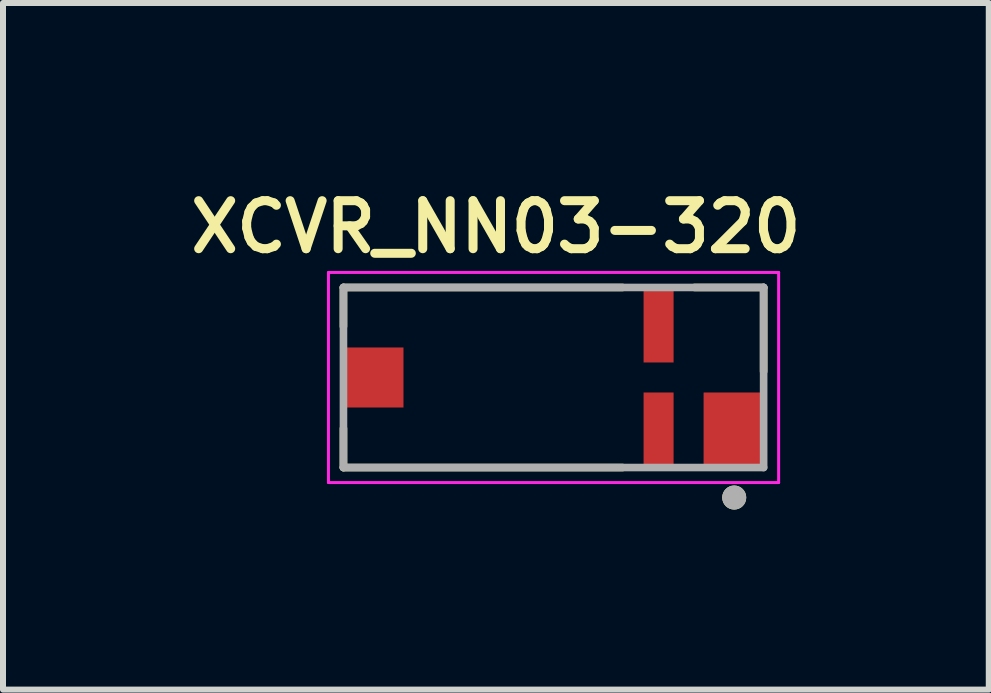
<source format=kicad_pcb>
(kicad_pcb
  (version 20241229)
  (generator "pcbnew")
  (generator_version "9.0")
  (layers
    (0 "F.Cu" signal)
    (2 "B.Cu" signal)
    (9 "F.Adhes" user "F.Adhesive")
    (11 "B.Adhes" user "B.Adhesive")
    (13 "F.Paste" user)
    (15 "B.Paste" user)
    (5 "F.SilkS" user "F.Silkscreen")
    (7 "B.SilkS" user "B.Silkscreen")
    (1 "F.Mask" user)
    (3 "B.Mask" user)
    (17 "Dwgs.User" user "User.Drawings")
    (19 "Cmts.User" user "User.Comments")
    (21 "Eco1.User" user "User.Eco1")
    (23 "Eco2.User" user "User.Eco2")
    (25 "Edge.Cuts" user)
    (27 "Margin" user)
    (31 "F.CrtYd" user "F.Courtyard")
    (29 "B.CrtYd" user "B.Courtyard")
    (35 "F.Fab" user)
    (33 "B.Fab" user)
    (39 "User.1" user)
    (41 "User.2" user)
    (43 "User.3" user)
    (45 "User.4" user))
  (footprint "XCVR_NN03-320"
    (layer "F.Cu")
    (at 6.172 3.239)
    (property "Reference" "XCVR_NN03-320" (at -0.96 -2.508 0) (layer "F.SilkS") (effects (font (size 0.8 0.8) (thickness 0.15))))
    (attr smd)
    (fp_line (start -3.5 -1.5) (end 1.15 -1.5) (stroke (width 0.127) (type solid)) (layer "F.SilkS"))
    (fp_line (start -3.5 -0.85) (end -3.5 -1.5) (stroke (width 0.127) (type solid)) (layer "F.SilkS"))
    (fp_line (start -3.5 1.5) (end -3.5 0.85) (stroke (width 0.127) (type solid)) (layer "F.SilkS"))
    (fp_line (start 1.15 1.5) (end -3.5 1.5) (stroke (width 0.127) (type solid)) (layer "F.SilkS"))
    (fp_line (start 2.35 -1.5) (end 3.5 -1.5) (stroke (width 0.127) (type solid)) (layer "F.SilkS"))
    (fp_line (start 3.5 -1.5) (end 3.5 -0.1) (stroke (width 0.127) (type solid)) (layer "F.SilkS"))
    (fp_circle (center 3.01 2) (end 3.11 2) (stroke (width 0.2) (type solid)) (fill no) (layer "F.SilkS"))
    (fp_line (start -3.75 -1.75) (end 3.75 -1.75) (stroke (width 0.05) (type solid)) (layer "F.CrtYd"))
    (fp_line (start -3.75 1.75) (end -3.75 -1.75) (stroke (width 0.05) (type solid)) (layer "F.CrtYd"))
    (fp_line (start 3.75 -1.75) (end 3.75 1.75) (stroke (width 0.05) (type solid)) (layer "F.CrtYd"))
    (fp_line (start 3.75 1.75) (end -3.75 1.75) (stroke (width 0.05) (type solid)) (layer "F.CrtYd"))
    (fp_line (start -3.5 -1.5) (end -3.5 1.5) (stroke (width 0.127) (type solid)) (layer "F.Fab"))
    (fp_line (start -3.5 1.5) (end 3.5 1.5) (stroke (width 0.127) (type solid)) (layer "F.Fab"))
    (fp_line (start 3.5 -1.5) (end -3.5 -1.5) (stroke (width 0.127) (type solid)) (layer "F.Fab"))
    (fp_line (start 3.5 1.5) (end 3.5 -1.5) (stroke (width 0.127) (type solid)) (layer "F.Fab"))
    (fp_circle (center 3.01 2) (end 3.11 2) (stroke (width 0.2) (type solid)) (fill no) (layer "F.Fab"))
    (pad "1" smd rect (at -3 0) (size 1 1) (layers "F.Cu" "F.Mask" "F.Paste"))
    (pad "2" smd rect (at 1.75 0.875) (size 0.5 1.25) (layers "F.Cu" "F.Mask" "F.Paste"))
    (pad "3" smd rect (at 3 0.875) (size 1 1.25) (layers "F.Cu" "F.Mask" "F.Paste"))
    (pad "4" smd rect (at 1.75 -0.875) (size 0.5 1.25) (layers "F.Cu" "F.Mask" "F.Paste"))
    (zone (net_name "") (layer "F.Cu") (hatch full 0.508) (connect_pads) (min_thickness 0.01) (filled_areas_thickness no) (keepout (tracks not_allowed) (vias not_allowed) (pads not_allowed) (copperpour not_allowed) (footprints allowed)) (placement (enabled no)) (fill) (polygon (pts (xy 2.672 2.739) (xy 2.672 1.739) (xy 7.672 1.739) (xy 7.672 2.989) (xy 8.172 2.989) (xy 8.172 1.739) (xy 9.672 1.739) (xy 9.672 3.489) (xy 8.672 3.489) (xy 8.672 4.739) (xy 8.172 4.739) (xy 8.172 3.489) (xy 7.672 3.489) (xy 7.672 4.739) (xy 2.672 4.739) (xy 2.672 3.739) (xy 3.672 3.739) (xy 3.672 2.739))))
    (zone (net_name "") (layers "F.Cu" "B.Cu") (hatch full 0.508) (connect_pads) (min_thickness 0.01) (filled_areas_thickness no) (keepout (tracks allowed) (vias not_allowed) (pads allowed) (copperpour allowed) (footprints allowed)) (placement (enabled no)) (fill) (polygon (pts (xy 2.672 2.739) (xy 2.672 1.739) (xy 7.672 1.739) (xy 7.672 2.989) (xy 8.172 2.989) (xy 8.172 1.739) (xy 9.672 1.739) (xy 9.672 3.489) (xy 8.672 3.489) (xy 8.672 4.739) (xy 8.172 4.739) (xy 8.172 3.489) (xy 7.672 3.489) (xy 7.672 4.739) (xy 2.672 4.739) (xy 2.672 3.739) (xy 3.672 3.739) (xy 3.672 2.739)))))
  (gr_rect
    (start -3 -3)
    (end 13.423 8.439)
    (stroke (width 0.1) (type default))
    (fill no)
    (layer "Edge.Cuts")))
</source>
